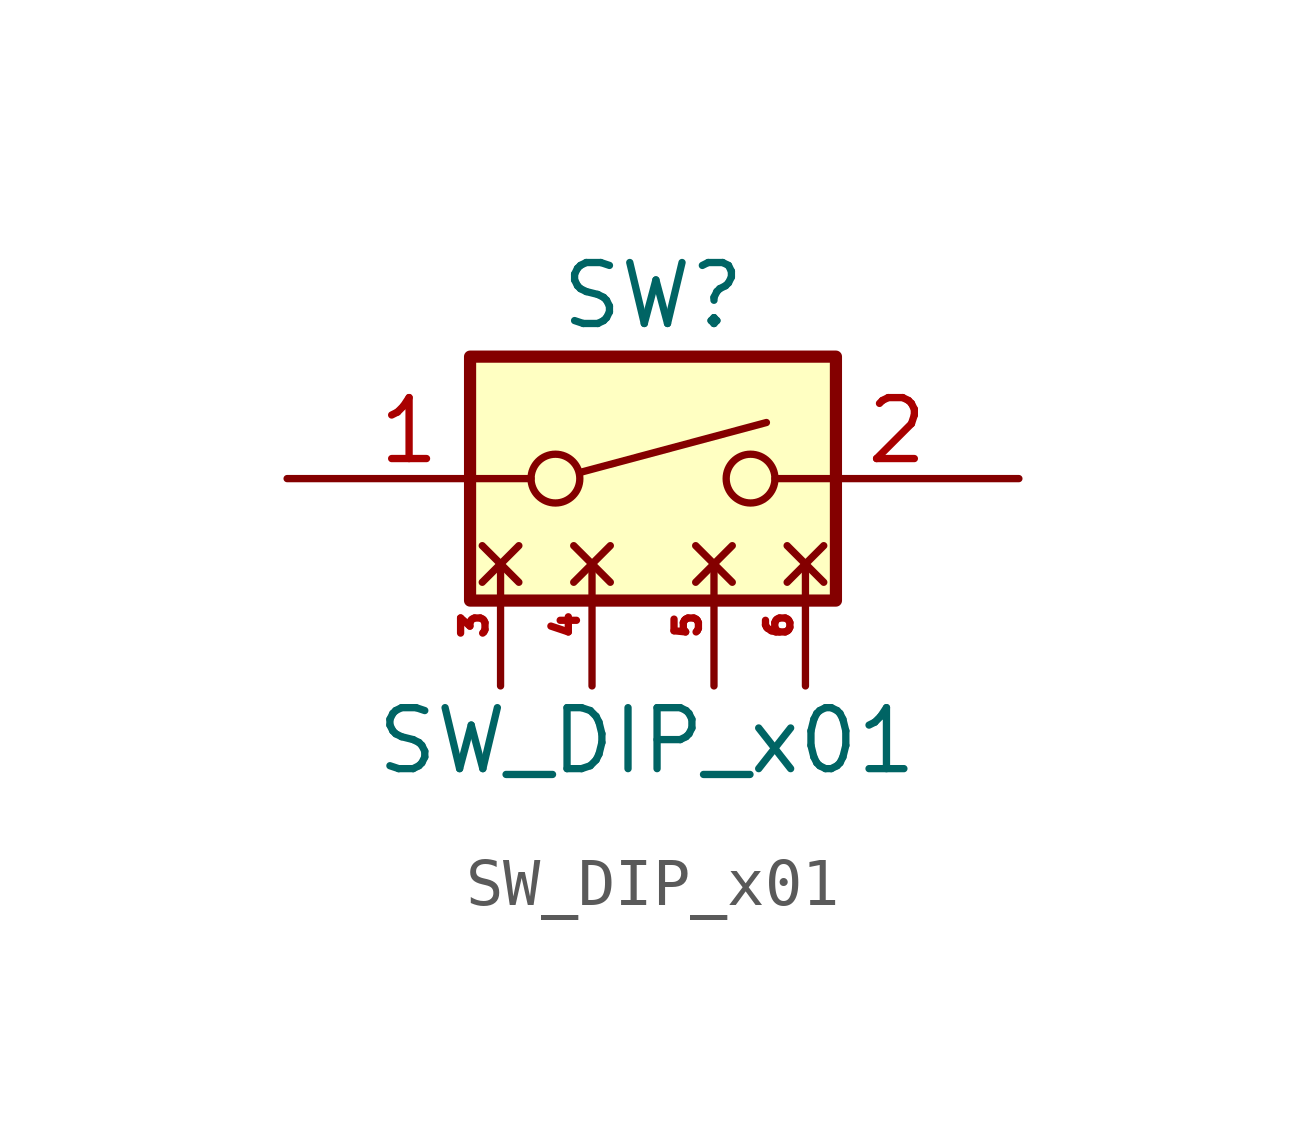
<source format=kicad_sym>
(kicad_symbol_lib
  (version 20211014)
  (generator kicad_symbol_editor)
  (symbol "SW_DIP_x01"
    (pin_names
      (offset 0) hide)
    (property "Reference" "SW"
      (at 0 3.81 0)
      (effects (font (size 1.27 1.27))))
    (property "Value" "SW_DIP_x01"
      (at -0.127 -5.461 0)
      (effects (font (size 1.27 1.27))))
    (symbol "SW_DIP_x01_0_0"
      (circle (center -2.032 0) (radius 0.508) (stroke (width 0) (type default) (color 0 0 0 0)) (fill (type none)))
      (polyline (pts (xy -1.524 0.127) (xy 2.362 1.168)) (stroke (width 0) (type default) (color 0 0 0 0)) (fill (type none)))
      (circle (center 2.032 0) (radius 0.508) (stroke (width 0) (type default) (color 0 0 0 0)) (fill (type none))))
    (symbol "SW_DIP_x01_0_1"
      (rectangle (start -3.81 2.54) (end 3.81 -2.54) (stroke (width 0.254) (type default) (color 0 0 0 0)) (fill (type background))))
    (symbol "SW_DIP_x01_1_1"
      (pin passive line (at -7.62 0 0) (length 5.08) (name "~" (effects (font (size 1.27 1.27)))) (number "1" (effects (font (size 1.27 1.27)))))
      (pin passive line (at 7.62 0 180) (length 5.08) (name "~" (effects (font (size 1.27 1.27)))) (number "2" (effects (font (size 1.27 1.27)))))
      (pin no_connect line (at -3.175 -1.778 270) (length 2.54) (name "" (effects (font (size 0.508 0.508)))) (number "3" (effects (font (size 0.508 0.508)))))
      (pin no_connect line (at -1.27 -1.778 270) (length 2.54) (name "" (effects (font (size 0.508 0.508)))) (number "4" (effects (font (size 0.508 0.508)))))
      (pin no_connect line (at 1.27 -1.778 270) (length 2.54) (name "" (effects (font (size 0.508 0.508)))) (number "5" (effects (font (size 0.508 0.508)))))
      (pin no_connect line (at 3.175 -1.778 270) (length 2.54) (name "" (effects (font (size 0.508 0.508)))) (number "6" (effects (font (size 0.508 0.508))))))))
</source>
